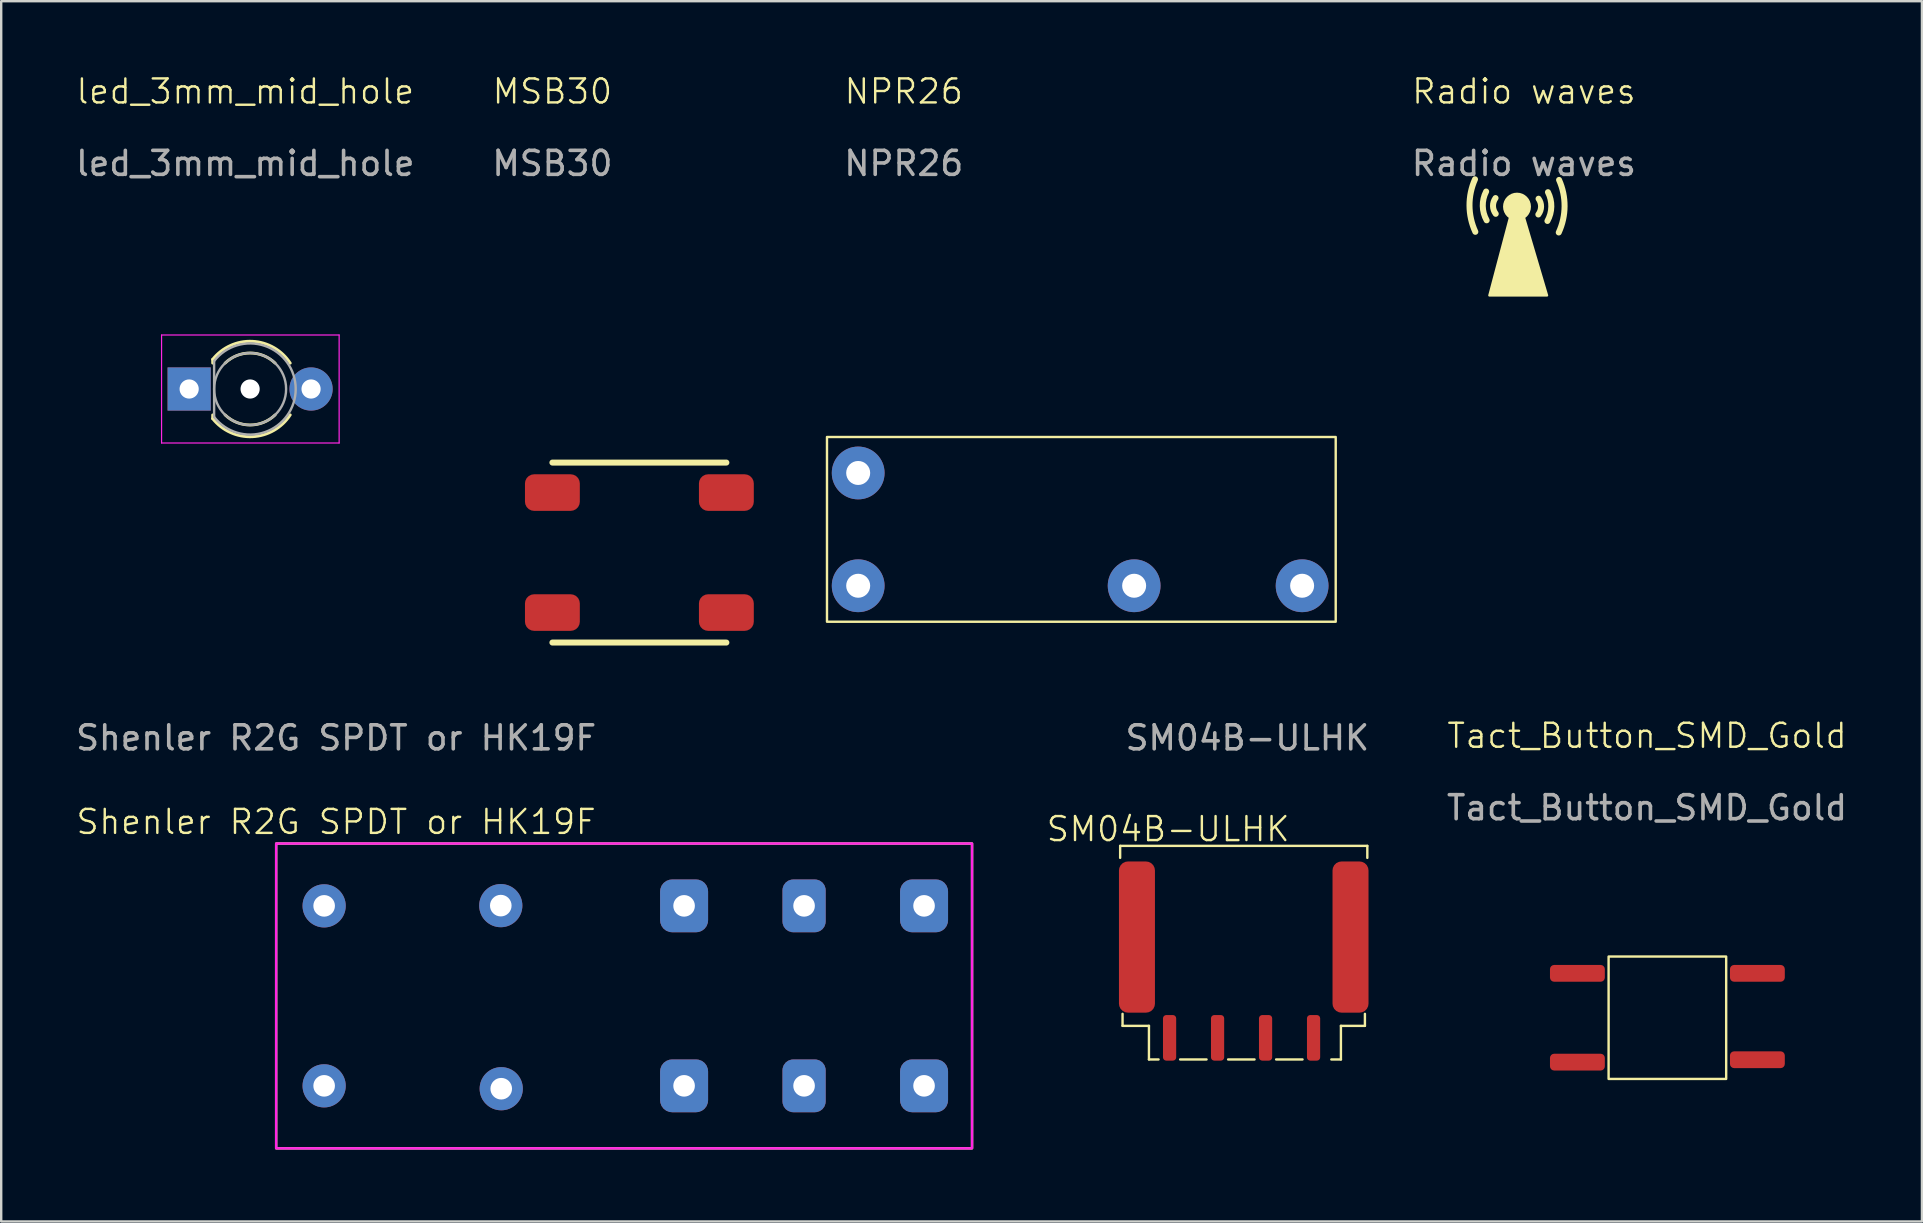
<source format=kicad_pcb>
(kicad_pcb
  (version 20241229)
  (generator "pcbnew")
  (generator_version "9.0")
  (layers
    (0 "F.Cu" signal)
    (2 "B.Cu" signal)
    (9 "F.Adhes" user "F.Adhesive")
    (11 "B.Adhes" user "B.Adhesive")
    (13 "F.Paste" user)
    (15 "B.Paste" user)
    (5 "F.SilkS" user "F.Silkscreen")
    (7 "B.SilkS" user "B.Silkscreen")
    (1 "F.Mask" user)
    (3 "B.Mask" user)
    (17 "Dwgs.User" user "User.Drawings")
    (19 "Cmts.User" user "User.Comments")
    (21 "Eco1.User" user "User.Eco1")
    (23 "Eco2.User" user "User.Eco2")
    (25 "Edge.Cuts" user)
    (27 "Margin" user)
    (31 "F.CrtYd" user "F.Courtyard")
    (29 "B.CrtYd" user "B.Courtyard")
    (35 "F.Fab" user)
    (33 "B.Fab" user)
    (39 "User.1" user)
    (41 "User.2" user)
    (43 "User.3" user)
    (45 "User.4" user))
  (footprint "Radio waves"
    (layer "F.Cu")
    (at 60.155 5.561)
    (property "Reference" "Radio waves" (at 0.3 -4.8 0) (unlocked yes) (layer "F.SilkS") (effects (font (size 1 1) (thickness 0.1))))
    (attr exclude_from_bom)
    (fp_arc (start -1.723514 1.04944) (mid -1.966541 -0.043704) (end -1.736927 -1.139744) (stroke (width 0.25) (type default)) (layer "F.SilkS"))
    (fp_arc (start -1.25184 0.569681) (mid -1.413939 -0.027304) (end -1.273378 -0.629725) (stroke (width 0.25) (type default)) (layer "F.SilkS"))
    (fp_arc (start -0.873377 0.299377) (mid -0.986874 -0.027303) (end -0.881863 -0.35681) (stroke (width 0.25) (type default)) (layer "F.SilkS"))
    (fp_arc (start 0.910964 -0.329407) (mid 1.015975 0.000099) (end 0.902478 0.32678) (stroke (width 0.25) (type default)) (layer "F.SilkS"))
    (fp_arc (start 1.302479 -0.602322) (mid 1.44304 0.000098) (end 1.280941 0.597084) (stroke (width 0.25) (type default)) (layer "F.SilkS"))
    (fp_arc (start 1.766028 -1.112341) (mid 1.995642 -0.016301) (end 1.752615 1.076843) (stroke (width 0.25) (type default)) (layer "F.SilkS"))
    (fp_circle (center 0.013 0.000098) (end 0.545 0.000098) (stroke (width 0.1) (type solid)) (fill yes) (layer "F.SilkS"))
    (fp_poly (pts (xy -1.137 3.7) (xy 1.263 3.7) (xy 0.313 0.49) (xy -0.287 0.49)) (stroke (width 0.1) (type solid)) (fill yes) (layer "F.SilkS"))
    (fp_text user "${REFERENCE}" (at 0.3 -1.8 0) (unlocked yes) (layer "F.Fab") (effects (font (size 1 1) (thickness 0.15)))))
  (footprint "Shenler R2G SPDT or HK19F"
    (layer "F.Cu")
    (at 10.458 34.7)
    (property "Reference" "Shenler R2G SPDT or HK19F" (at 0.5 -3.5 0) (unlocked yes) (layer "F.SilkS") (effects (font (size 1 1) (thickness 0.1))))
    (attr smd)
    (fp_rect (start -2 -2.597) (end 27 10.103) (stroke (width 0.1) (type default)) (fill no) (layer "F.SilkS"))
    (fp_rect (start -2 -2.597) (end 27 10.103) (stroke (width 0.1) (type default)) (fill no) (layer "F.CrtYd"))
    (fp_text user "${REFERENCE}" (at 0.5 -7 0) (unlocked yes) (layer "F.Fab") (effects (font (size 1 1) (thickness 0.15))))
    (pad "1" thru_hole circle (at 0 0) (size 1.8 1.8) (drill 0.9) (layers "*.Cu" "*.Mask"))
    (pad "1" thru_hole circle (at 7.361 -0.01) (size 1.8 1.8) (drill 0.9) (layers "*.Cu" "*.Mask"))
    (pad "2" thru_hole circle (at 0 7.5) (size 1.8 1.8) (drill 0.9) (layers "*.Cu" "*.Mask"))
    (pad "2" thru_hole circle (at 7.38 7.62) (size 1.8 1.8) (drill 0.9) (layers "*.Cu" "*.Mask"))
    (pad "3" thru_hole roundrect (at 15 0) (size 2 2.2) (drill 0.9) (layers "*.Cu" "*.Mask") (roundrect_rratio 0.25))
    (pad "3" thru_hole roundrect (at 15 7.5) (size 2 2.2) (drill 0.9) (layers "*.Cu" "*.Mask") (roundrect_rratio 0.25))
    (pad "4" thru_hole roundrect (at 20 0) (size 1.8 2.2) (drill 0.9) (layers "*.Cu" "*.Mask") (roundrect_rratio 0.25))
    (pad "4" thru_hole roundrect (at 20 7.5) (size 1.8 2.2) (drill 0.9) (layers "*.Cu" "*.Mask") (roundrect_rratio 0.25))
    (pad "5" thru_hole roundrect (at 25 0) (size 2 2.2) (drill 0.9) (layers "*.Cu" "*.Mask") (roundrect_rratio 0.25))
    (pad "5" thru_hole roundrect (at 25 7.5) (size 2 2.2) (drill 0.9) (layers "*.Cu" "*.Mask") (roundrect_rratio 0.25)))
  (footprint "NPR26"
    (layer "F.Cu")
    (at 36.113 16.66)
    (property "Reference" "NPR26" (at -1.5 -15.9 0) (unlocked yes) (layer "F.SilkS") (effects (font (size 1 1) (thickness 0.1))))
    (attr smd)
    (fp_rect (start -4.7 -1.5) (end 16.5 6.2) (stroke (width 0.1) (type default)) (fill no) (layer "F.SilkS"))
    (fp_text user "${REFERENCE}" (at -1.5 -12.9 0) (unlocked yes) (layer "F.Fab") (effects (font (size 1 1) (thickness 0.15))))
    (pad "1" thru_hole circle (at 8.1 4.7) (size 2.2 2.2) (drill 1) (layers "*.Cu" "*.Mask"))
    (pad "2" thru_hole circle (at -3.4 4.7) (size 2.2 2.2) (drill 1) (layers "*.Cu" "*.Mask"))
    (pad "6" thru_hole circle (at -3.4 0) (size 2.2 2.2) (drill 1) (layers "*.Cu" "*.Mask"))
    (pad "7" thru_hole circle (at 15.1 4.7) (size 2.2 2.2) (drill 1) (layers "*.Cu" "*.Mask")))
  (footprint "Tact_Button_SMD_Gold"
    (layer "F.Cu")
    (at 65.685 41.212)
    (property "Reference" "Tact_Button_SMD_Gold" (at -0.1 -13.6 0) (unlocked yes) (layer "F.SilkS") (effects (font (size 1 1) (thickness 0.1))))
    (attr smd)
    (fp_rect (start -1.7 -4.4) (end 3.2 0.7) (stroke (width 0.1) (type default)) (fill no) (layer "F.SilkS"))
    (fp_text user "${REFERENCE}" (at -0.1 -10.6 0) (unlocked yes) (layer "F.Fab") (effects (font (size 1 1) (thickness 0.15))))
    (pad "1" smd roundrect (at -3 0) (size 2.286 0.7) (layers "F.Cu" "F.Mask" "F.Paste") (roundrect_rratio 0.25))
    (pad "2" smd roundrect (at 4.5 -0.1) (size 2.286 0.7) (layers "F.Cu" "F.Mask" "F.Paste") (roundrect_rratio 0.25))
    (pad "3" smd roundrect (at 4.5 -3.7) (size 2.286 0.7) (layers "F.Cu" "F.Mask" "F.Paste") (roundrect_rratio 0.25))
    (pad "4" smd roundrect (at -3 -3.7) (size 2.286 0.7) (layers "F.Cu" "F.Mask" "F.Paste") (roundrect_rratio 0.25)))
  (footprint "led_3mm_mid_hole"
    (layer "F.Cu")
    (at 7.373 13.161)
    (property "Reference" "led_3mm_mid_hole" (at -0.2 -12.4 0) (unlocked yes) (layer "F.SilkS") (effects (font (size 1 1) (thickness 0.1))))
    (attr smd)
    (fp_line (start -1.56 -1.236) (end -1.56 -1.08) (stroke (width 0.12) (type solid)) (layer "F.SilkS"))
    (fp_line (start -1.56 1.08) (end -1.56 1.236) (stroke (width 0.12) (type solid)) (layer "F.SilkS"))
    (fp_arc (start -1.56 -1.235517) (mid 0.096487 -1.98766) (end 1.672335 -1.078609) (stroke (width 0.12) (type solid)) (layer "F.SilkS"))
    (fp_arc (start -1.040961 -1.080001) (mid 0.000117 -1.500001) (end 1.04113 -1.079838) (stroke (width 0.12) (type solid)) (layer "F.SilkS"))
    (fp_arc (start 1.04113 1.079836) (mid 0.000117 1.499999) (end -1.040961 1.079999) (stroke (width 0.12) (type solid)) (layer "F.SilkS"))
    (fp_arc (start 1.672335 1.078607) (mid 0.096487 1.987658) (end -1.56 1.235515) (stroke (width 0.12) (type solid)) (layer "F.SilkS"))
    (fp_line (start -3.69 -2.25) (end -3.69 2.25) (stroke (width 0.05) (type solid)) (layer "F.CrtYd"))
    (fp_line (start -3.69 2.25) (end 3.71 2.25) (stroke (width 0.05) (type solid)) (layer "F.CrtYd"))
    (fp_line (start 3.71 -2.25) (end -3.69 -2.25) (stroke (width 0.05) (type solid)) (layer "F.CrtYd"))
    (fp_line (start 3.71 2.25) (end 3.71 -2.25) (stroke (width 0.05) (type solid)) (layer "F.CrtYd"))
    (fp_line (start -1.5 -1.166) (end -1.5 1.166) (stroke (width 0.1) (type solid)) (layer "F.Fab"))
    (fp_arc (start -1.5 -1.166191) (mid 1.9 0.000451) (end -1.500555 1.165475) (stroke (width 0.1) (type solid)) (layer "F.Fab"))
    (fp_circle (center 0 -0.000001) (end 1.5 -0.000001) (stroke (width 0.1) (type solid)) (fill no) (layer "F.Fab"))
    (fp_text user "${REFERENCE}" (at -0.2 -9.4 0) (unlocked yes) (layer "F.Fab") (effects (font (size 1 1) (thickness 0.15))))
    (pad "" np_thru_hole circle (at 0 -0.000001) (size 0.8 0.8) (drill 0.8) (layers "*.Cu" "*.Mask"))
    (pad "1" thru_hole rect (at -2.54 -0.000001) (size 1.8 1.8) (drill 0.8) (layers "*.Cu" "*.Mask"))
    (pad "2" thru_hole circle (at 2.54 -0.000001) (size 1.8 1.8) (drill 0.8) (layers "*.Cu" "*.Mask")))
  (footprint "SM04B-ULHK"
    (layer "F.Cu")
    (at 44.33 36)
    (property "Reference" "SM04B-ULHK" (at 1.3 -4.5 0) (unlocked yes) (layer "F.SilkS") (effects (font (size 1 1) (thickness 0.1))))
    (attr smd)
    (fp_line (start -0.7 -3.8) (end -0.7 -3.3) (stroke (width 0.1) (type default)) (layer "F.SilkS"))
    (fp_line (start -0.7 -3.8) (end 9.6 -3.8) (stroke (width 0.1) (type default)) (layer "F.SilkS"))
    (fp_line (start -0.6 3.2) (end -0.6 3.7) (stroke (width 0.1) (type default)) (layer "F.SilkS"))
    (fp_line (start -0.6 3.7) (end 0.5 3.7) (stroke (width 0.1) (type default)) (layer "F.SilkS"))
    (fp_line (start 0.5 3.7) (end 0.5 5.1) (stroke (width 0.1) (type default)) (layer "F.SilkS"))
    (fp_line (start 0.5 5.1) (end 0.9 5.1) (stroke (width 0.1) (type default)) (layer "F.SilkS"))
    (fp_line (start 1.8 5.1) (end 2.9 5.1) (stroke (width 0.1) (type default)) (layer "F.SilkS"))
    (fp_line (start 3.8 5.1) (end 4.9 5.1) (stroke (width 0.1) (type default)) (layer "F.SilkS"))
    (fp_line (start 5.8 5.1) (end 6.9 5.1) (stroke (width 0.1) (type default)) (layer "F.SilkS"))
    (fp_line (start 8.5 3.7) (end 8.5 5.1) (stroke (width 0.1) (type default)) (layer "F.SilkS"))
    (fp_line (start 8.5 5.1) (end 8.1 5.1) (stroke (width 0.1) (type default)) (layer "F.SilkS"))
    (fp_line (start 9.5 3.2) (end 9.5 3.7) (stroke (width 0.1) (type default)) (layer "F.SilkS"))
    (fp_line (start 9.5 3.7) (end 8.5 3.7) (stroke (width 0.1) (type default)) (layer "F.SilkS"))
    (fp_line (start 9.6 -3.8) (end 9.6 -3.3) (stroke (width 0.1) (type default)) (layer "F.SilkS"))
    (fp_text user "${REFERENCE}" (at 4.6 -8.3 0) (unlocked yes) (layer "F.Fab") (effects (font (size 1 1) (thickness 0.15))))
    (pad "1" smd roundrect (at 1.36 4.2) (size 0.55 1.9) (layers "F.Cu" "F.Mask" "F.Paste") (roundrect_rratio 0.25))
    (pad "2" smd roundrect (at 3.36 4.2) (size 0.55 1.9) (layers "F.Cu" "F.Mask" "F.Paste") (roundrect_rratio 0.25))
    (pad "3" smd roundrect (at 5.36 4.2) (size 0.55 1.9) (layers "F.Cu" "F.Mask" "F.Paste") (roundrect_rratio 0.25))
    (pad "4" smd roundrect (at 7.36 4.2) (size 0.55 1.9) (layers "F.Cu" "F.Mask" "F.Paste") (roundrect_rratio 0.25))
    (pad "SH" smd roundrect (at 0 0) (size 1.5 6.3) (layers "F.Cu" "F.Mask" "F.Paste") (roundrect_rratio 0.25))
    (pad "SH" smd roundrect (at 8.9 0) (size 1.5 6.3) (layers "F.Cu" "F.Mask" "F.Paste") (roundrect_rratio 0.25)))
  (footprint "MSB30"
    (layer "F.Cu")
    (at 19.97 17.477)
    (property "Reference" "MSB30" (at 0 -16.716 0) (unlocked yes) (layer "F.SilkS") (effects (font (size 1 1) (thickness 0.1))))
    (attr smd)
    (fp_line (start 7.25 -1.25) (end 0 -1.25) (stroke (width 0.25) (type default)) (layer "F.SilkS"))
    (fp_line (start 7.25 6.25) (end 0 6.25) (stroke (width 0.25) (type default)) (layer "F.SilkS"))
    (fp_text user "${REFERENCE}" (at 0 -13.716 0) (unlocked yes) (layer "F.Fab") (effects (font (size 1 1) (thickness 0.15))))
    (pad "1" smd roundrect (at 0 0) (size 2.286 1.524) (layers "F.Cu" "F.Mask" "F.Paste") (roundrect_rratio 0.25))
    (pad "2" smd roundrect (at 7.25 0) (size 2.286 1.524) (layers "F.Cu" "F.Mask" "F.Paste") (roundrect_rratio 0.25))
    (pad "3" smd roundrect (at 0 5) (size 2.286 1.524) (layers "F.Cu" "F.Mask" "F.Paste") (roundrect_rratio 0.25))
    (pad "4" smd roundrect (at 7.25 5) (size 2.286 1.524) (layers "F.Cu" "F.Mask" "F.Paste") (roundrect_rratio 0.25)))
  (gr_rect
    (start -3 -3)
    (end 77.043 47.852)
    (stroke (width 0.1) (type default))
    (fill no)
    (layer "Edge.Cuts")))
</source>
